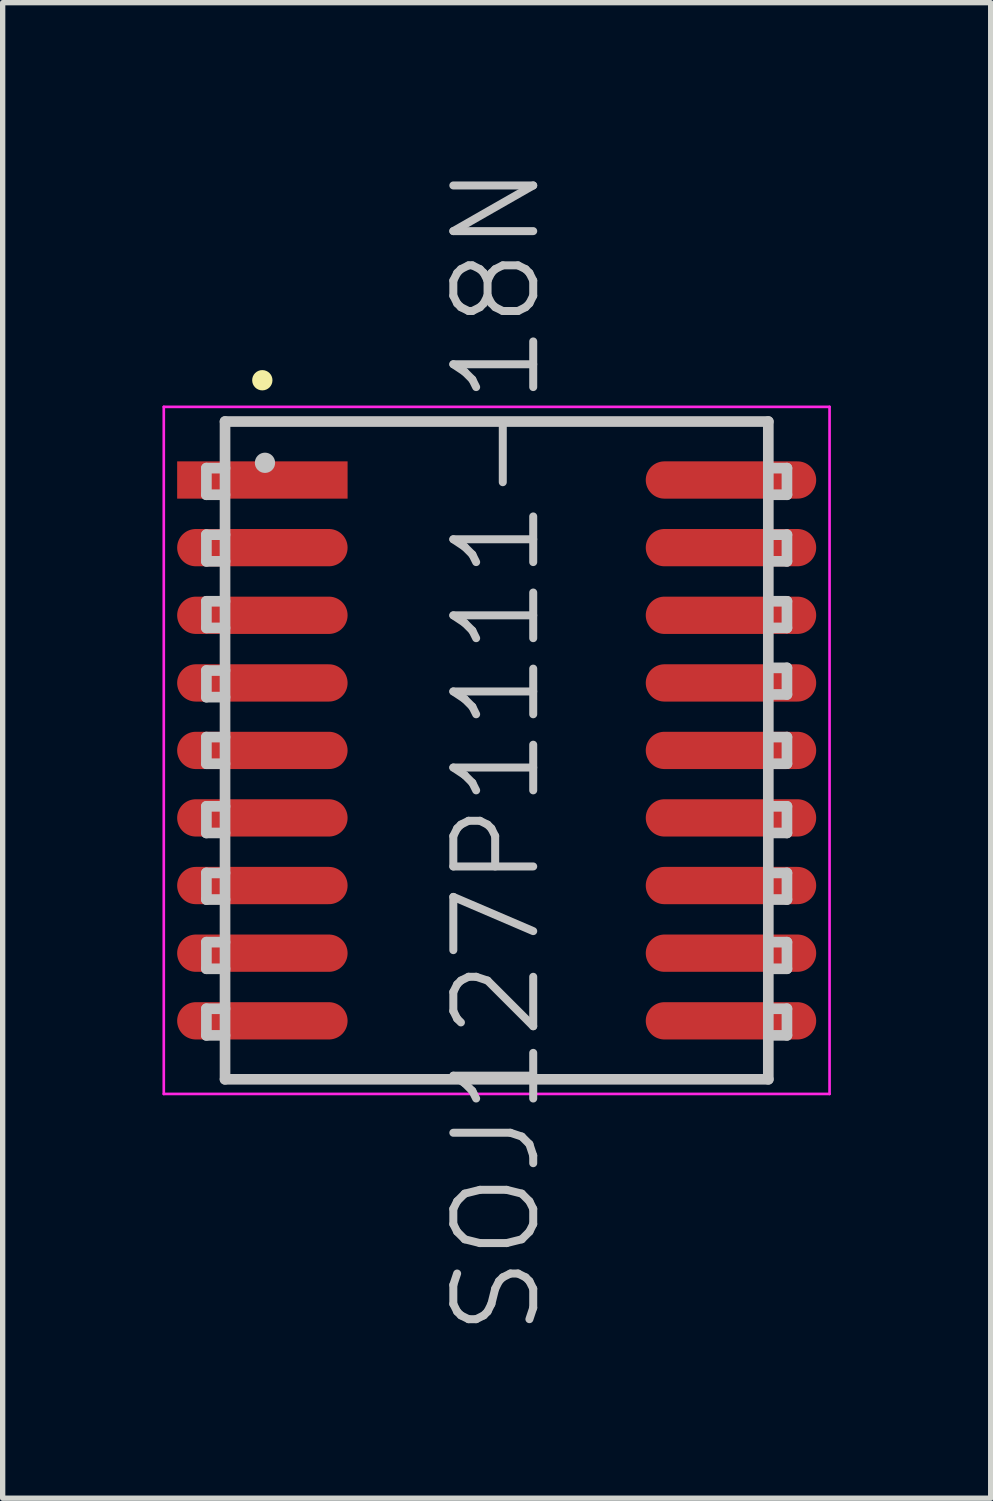
<source format=kicad_pcb>
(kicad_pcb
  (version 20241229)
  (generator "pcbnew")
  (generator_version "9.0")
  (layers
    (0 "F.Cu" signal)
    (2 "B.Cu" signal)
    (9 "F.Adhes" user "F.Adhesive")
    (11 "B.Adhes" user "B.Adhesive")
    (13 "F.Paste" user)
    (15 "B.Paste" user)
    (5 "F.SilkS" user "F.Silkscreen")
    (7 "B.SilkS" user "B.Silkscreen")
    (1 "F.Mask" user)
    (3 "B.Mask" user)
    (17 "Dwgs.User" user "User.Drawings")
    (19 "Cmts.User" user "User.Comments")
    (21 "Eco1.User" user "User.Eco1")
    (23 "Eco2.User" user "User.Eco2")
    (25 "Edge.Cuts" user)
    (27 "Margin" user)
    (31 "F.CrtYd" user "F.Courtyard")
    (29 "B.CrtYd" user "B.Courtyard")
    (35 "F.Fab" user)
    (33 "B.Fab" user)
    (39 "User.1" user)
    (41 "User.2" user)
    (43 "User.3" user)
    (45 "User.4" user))
  (footprint "SOJ127P1111-18N"
    (layer "F.Cu")
    (at 6.275 11.039)
    (property "Reference" "SOJ127P1111-18N" (at 0 0 90) (layer "Dwgs.User") (effects (font (size 1.5 1.5) (thickness 0.15))))
    (attr smd)
    (fp_line (start -4.4 -6.95) (end -4.4 -6.95) (stroke (width 0.381) (type solid)) (layer "F.SilkS"))
    (fp_line (start -5.45 -5.3) (end -5.45 -4.8) (stroke (width 0.2) (type solid)) (layer "Dwgs.User"))
    (fp_line (start -5.45 -4.8) (end -5.1 -4.8) (stroke (width 0.2) (type solid)) (layer "Dwgs.User"))
    (fp_line (start -5.45 -4.05) (end -5.45 -3.55) (stroke (width 0.2) (type solid)) (layer "Dwgs.User"))
    (fp_line (start -5.45 -3.55) (end -5.1 -3.55) (stroke (width 0.2) (type solid)) (layer "Dwgs.User"))
    (fp_line (start -5.45 -2.8) (end -5.45 -2.3) (stroke (width 0.2) (type solid)) (layer "Dwgs.User"))
    (fp_line (start -5.45 -2.3) (end -5.1 -2.3) (stroke (width 0.2) (type solid)) (layer "Dwgs.User"))
    (fp_line (start -5.45 -1.5) (end -5.45 -1) (stroke (width 0.2) (type solid)) (layer "Dwgs.User"))
    (fp_line (start -5.45 -1) (end -5.1 -1) (stroke (width 0.2) (type solid)) (layer "Dwgs.User"))
    (fp_line (start -5.45 -0.25) (end -5.45 0.25) (stroke (width 0.2) (type solid)) (layer "Dwgs.User"))
    (fp_line (start -5.45 0.25) (end -5.1 0.25) (stroke (width 0.2) (type solid)) (layer "Dwgs.User"))
    (fp_line (start -5.45 1.05) (end -5.45 1.55) (stroke (width 0.2) (type solid)) (layer "Dwgs.User"))
    (fp_line (start -5.45 1.55) (end -5.1 1.55) (stroke (width 0.2) (type solid)) (layer "Dwgs.User"))
    (fp_line (start -5.45 2.3) (end -5.45 2.8) (stroke (width 0.2) (type solid)) (layer "Dwgs.User"))
    (fp_line (start -5.45 2.8) (end -5.1 2.8) (stroke (width 0.2) (type solid)) (layer "Dwgs.User"))
    (fp_line (start -5.45 3.6) (end -5.45 4.1) (stroke (width 0.2) (type solid)) (layer "Dwgs.User"))
    (fp_line (start -5.45 4.1) (end -5.1 4.1) (stroke (width 0.2) (type solid)) (layer "Dwgs.User"))
    (fp_line (start -5.45 4.85) (end -5.45 5.35) (stroke (width 0.2) (type solid)) (layer "Dwgs.User"))
    (fp_line (start -5.45 5.35) (end -5.1 5.35) (stroke (width 0.2) (type solid)) (layer "Dwgs.User"))
    (fp_line (start -5.1 -6.175) (end -5.1 6.175) (stroke (width 0.2) (type solid)) (layer "Dwgs.User"))
    (fp_line (start -5.1 -6.175) (end 5.1 -6.175) (stroke (width 0.2) (type solid)) (layer "Dwgs.User"))
    (fp_line (start -5.1 -5.3) (end -5.45 -5.3) (stroke (width 0.2) (type solid)) (layer "Dwgs.User"))
    (fp_line (start -5.1 -4.05) (end -5.45 -4.05) (stroke (width 0.2) (type solid)) (layer "Dwgs.User"))
    (fp_line (start -5.1 -2.8) (end -5.45 -2.8) (stroke (width 0.2) (type solid)) (layer "Dwgs.User"))
    (fp_line (start -5.1 -1.5) (end -5.45 -1.5) (stroke (width 0.2) (type solid)) (layer "Dwgs.User"))
    (fp_line (start -5.1 -0.25) (end -5.45 -0.25) (stroke (width 0.2) (type solid)) (layer "Dwgs.User"))
    (fp_line (start -5.1 1.05) (end -5.45 1.05) (stroke (width 0.2) (type solid)) (layer "Dwgs.User"))
    (fp_line (start -5.1 2.3) (end -5.45 2.3) (stroke (width 0.2) (type solid)) (layer "Dwgs.User"))
    (fp_line (start -5.1 3.6) (end -5.45 3.6) (stroke (width 0.2) (type solid)) (layer "Dwgs.User"))
    (fp_line (start -5.1 4.85) (end -5.45 4.85) (stroke (width 0.2) (type solid)) (layer "Dwgs.User"))
    (fp_line (start -5.1 6.175) (end 5.1 6.175) (stroke (width 0.2) (type solid)) (layer "Dwgs.User"))
    (fp_line (start -4.35 -5.4) (end -4.35 -5.4) (stroke (width 0.381) (type solid)) (layer "Dwgs.User"))
    (fp_line (start 5.1 -6.175) (end 5.1 6.175) (stroke (width 0.2) (type solid)) (layer "Dwgs.User"))
    (fp_line (start 5.1 -5.3) (end 5.45 -5.3) (stroke (width 0.2) (type solid)) (layer "Dwgs.User"))
    (fp_line (start 5.1 -4.05) (end 5.45 -4.05) (stroke (width 0.2) (type solid)) (layer "Dwgs.User"))
    (fp_line (start 5.1 -2.8) (end 5.45 -2.8) (stroke (width 0.2) (type solid)) (layer "Dwgs.User"))
    (fp_line (start 5.1 -1.55) (end 5.45 -1.55) (stroke (width 0.2) (type solid)) (layer "Dwgs.User"))
    (fp_line (start 5.1 -0.25) (end 5.45 -0.25) (stroke (width 0.2) (type solid)) (layer "Dwgs.User"))
    (fp_line (start 5.1 1.05) (end 5.45 1.05) (stroke (width 0.2) (type solid)) (layer "Dwgs.User"))
    (fp_line (start 5.1 2.3) (end 5.45 2.3) (stroke (width 0.2) (type solid)) (layer "Dwgs.User"))
    (fp_line (start 5.1 3.6) (end 5.45 3.6) (stroke (width 0.2) (type solid)) (layer "Dwgs.User"))
    (fp_line (start 5.1 4.85) (end 5.45 4.85) (stroke (width 0.2) (type solid)) (layer "Dwgs.User"))
    (fp_line (start 5.45 -5.3) (end 5.45 -4.8) (stroke (width 0.2) (type solid)) (layer "Dwgs.User"))
    (fp_line (start 5.45 -4.8) (end 5.1 -4.8) (stroke (width 0.2) (type solid)) (layer "Dwgs.User"))
    (fp_line (start 5.45 -4.05) (end 5.45 -3.55) (stroke (width 0.2) (type solid)) (layer "Dwgs.User"))
    (fp_line (start 5.45 -3.55) (end 5.1 -3.55) (stroke (width 0.2) (type solid)) (layer "Dwgs.User"))
    (fp_line (start 5.45 -2.8) (end 5.45 -2.3) (stroke (width 0.2) (type solid)) (layer "Dwgs.User"))
    (fp_line (start 5.45 -2.3) (end 5.1 -2.3) (stroke (width 0.2) (type solid)) (layer "Dwgs.User"))
    (fp_line (start 5.45 -1.55) (end 5.45 -1.05) (stroke (width 0.2) (type solid)) (layer "Dwgs.User"))
    (fp_line (start 5.45 -1.05) (end 5.1 -1.05) (stroke (width 0.2) (type solid)) (layer "Dwgs.User"))
    (fp_line (start 5.45 -0.25) (end 5.45 0.25) (stroke (width 0.2) (type solid)) (layer "Dwgs.User"))
    (fp_line (start 5.45 0.25) (end 5.1 0.25) (stroke (width 0.2) (type solid)) (layer "Dwgs.User"))
    (fp_line (start 5.45 1.05) (end 5.45 1.55) (stroke (width 0.2) (type solid)) (layer "Dwgs.User"))
    (fp_line (start 5.45 1.55) (end 5.1 1.55) (stroke (width 0.2) (type solid)) (layer "Dwgs.User"))
    (fp_line (start 5.45 2.3) (end 5.45 2.8) (stroke (width 0.2) (type solid)) (layer "Dwgs.User"))
    (fp_line (start 5.45 2.8) (end 5.1 2.8) (stroke (width 0.2) (type solid)) (layer "Dwgs.User"))
    (fp_line (start 5.45 3.6) (end 5.45 4.1) (stroke (width 0.2) (type solid)) (layer "Dwgs.User"))
    (fp_line (start 5.45 4.1) (end 5.1 4.1) (stroke (width 0.2) (type solid)) (layer "Dwgs.User"))
    (fp_line (start 5.45 4.85) (end 5.45 5.35) (stroke (width 0.2) (type solid)) (layer "Dwgs.User"))
    (fp_line (start 5.45 5.35) (end 5.1 5.35) (stroke (width 0.2) (type solid)) (layer "Dwgs.User"))
    (fp_line (start -6.25 -6.45) (end -6.25 6.45) (stroke (width 0.05) (type solid)) (layer "F.CrtYd"))
    (fp_line (start -6.25 -6.45) (end 6.25 -6.45) (stroke (width 0.05) (type solid)) (layer "F.CrtYd"))
    (fp_line (start -6.25 6.45) (end 6.25 6.45) (stroke (width 0.05) (type solid)) (layer "F.CrtYd"))
    (fp_line (start 6.25 -6.45) (end 6.25 6.45) (stroke (width 0.05) (type solid)) (layer "F.CrtYd"))
    (pad "1" smd rect (at -4.399 -5.077 90) (size 0.7 3.2) (layers "F.Cu" "F.Mask" "F.Paste"))
    (pad "2" smd oval (at -4.399 -3.807 90) (size 0.7 3.2) (layers "F.Cu" "F.Mask" "F.Paste"))
    (pad "3" smd oval (at -4.399 -2.537 90) (size 0.7 3.2) (layers "F.Cu" "F.Mask" "F.Paste"))
    (pad "4" smd oval (at -4.399 -1.267 90) (size 0.7 3.2) (layers "F.Cu" "F.Mask" "F.Paste"))
    (pad "5" smd oval (at -4.399 0 90) (size 0.7 3.2) (layers "F.Cu" "F.Mask" "F.Paste"))
    (pad "6" smd oval (at -4.399 1.267 90) (size 0.7 3.2) (layers "F.Cu" "F.Mask" "F.Paste"))
    (pad "7" smd oval (at -4.399 2.537 90) (size 0.7 3.2) (layers "F.Cu" "F.Mask" "F.Paste"))
    (pad "8" smd oval (at -4.399 3.807 90) (size 0.7 3.2) (layers "F.Cu" "F.Mask" "F.Paste"))
    (pad "9" smd oval (at -4.399 5.077 90) (size 0.7 3.2) (layers "F.Cu" "F.Mask" "F.Paste"))
    (pad "10" smd oval (at 4.399 5.077 270) (size 0.7 3.2) (layers "F.Cu" "F.Mask" "F.Paste"))
    (pad "11" smd oval (at 4.399 3.807 270) (size 0.7 3.2) (layers "F.Cu" "F.Mask" "F.Paste"))
    (pad "12" smd oval (at 4.399 2.537 270) (size 0.7 3.2) (layers "F.Cu" "F.Mask" "F.Paste"))
    (pad "13" smd oval (at 4.399 1.267 270) (size 0.7 3.2) (layers "F.Cu" "F.Mask" "F.Paste"))
    (pad "14" smd oval (at 4.399 0 270) (size 0.7 3.2) (layers "F.Cu" "F.Mask" "F.Paste"))
    (pad "15" smd oval (at 4.399 -1.267 270) (size 0.7 3.2) (layers "F.Cu" "F.Mask" "F.Paste"))
    (pad "16" smd oval (at 4.399 -2.537 270) (size 0.7 3.2) (layers "F.Cu" "F.Mask" "F.Paste"))
    (pad "17" smd oval (at 4.399 -3.807 270) (size 0.7 3.2) (layers "F.Cu" "F.Mask" "F.Paste"))
    (pad "18" smd oval (at 4.399 -5.077 270) (size 0.7 3.2) (layers "F.Cu" "F.Mask" "F.Paste")))
  (gr_rect
    (start -3 -3)
    (end 15.55 25.079)
    (stroke (width 0.1) (type default))
    (fill no)
    (layer "Edge.Cuts")))
</source>
